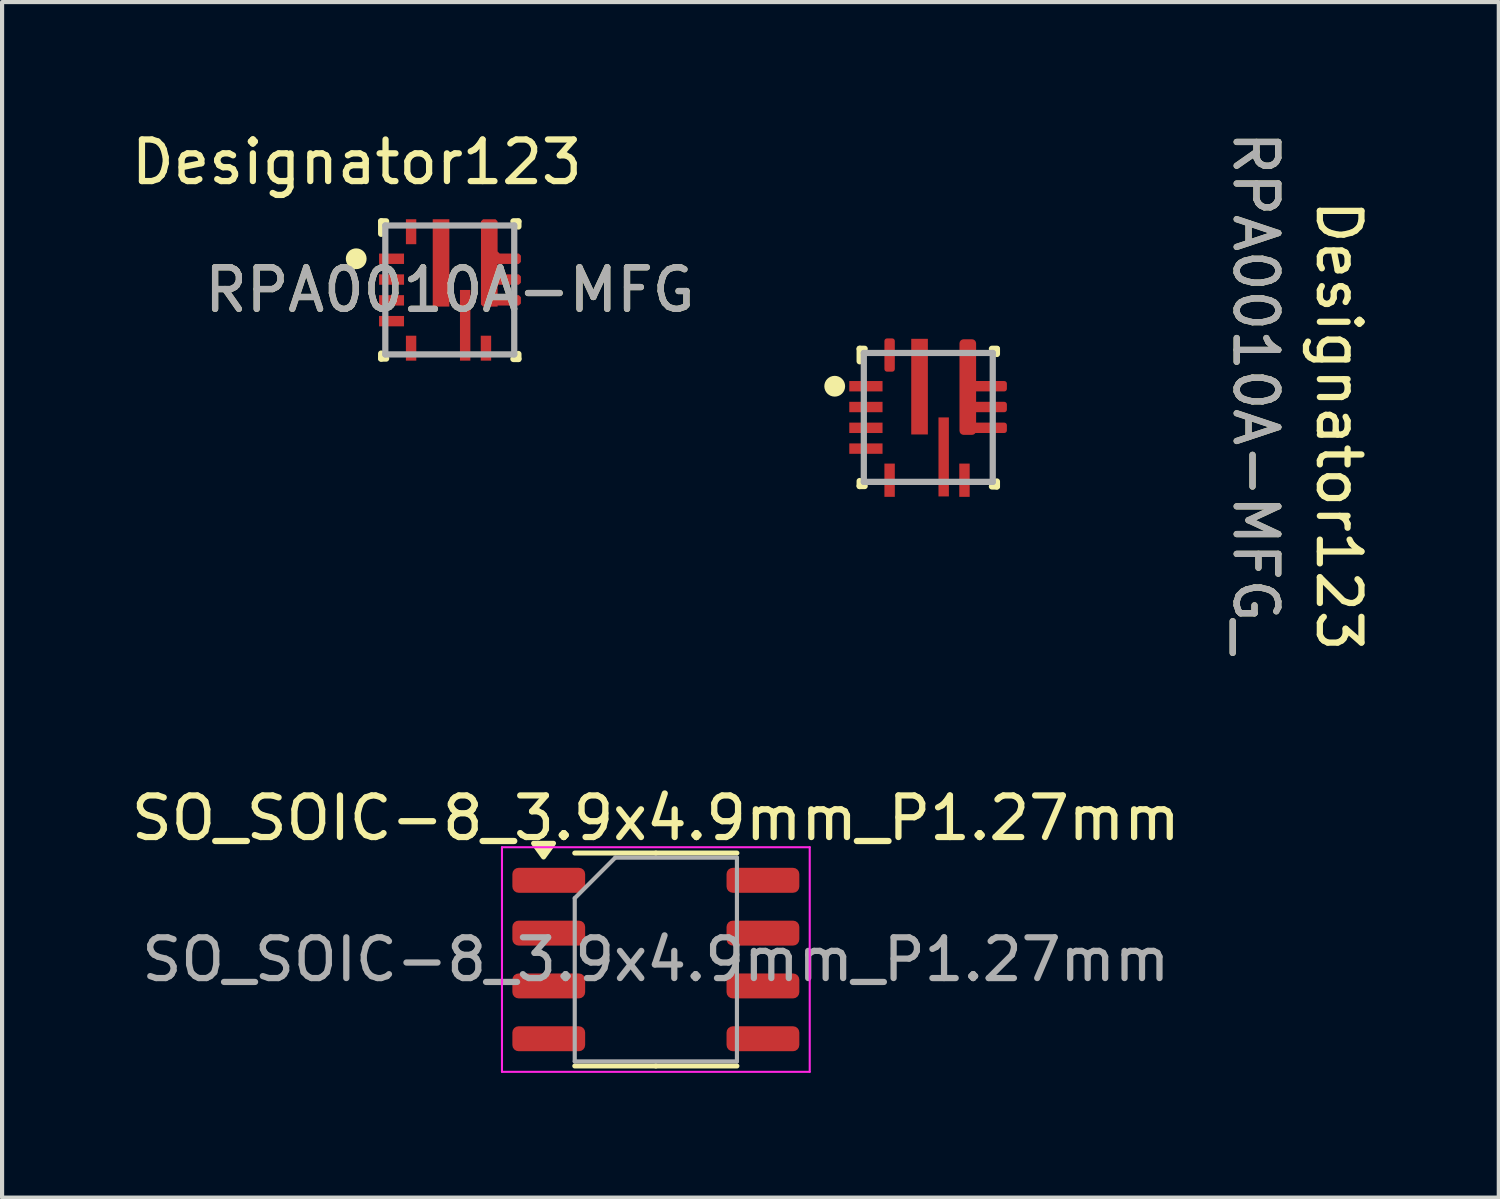
<source format=kicad_pcb>
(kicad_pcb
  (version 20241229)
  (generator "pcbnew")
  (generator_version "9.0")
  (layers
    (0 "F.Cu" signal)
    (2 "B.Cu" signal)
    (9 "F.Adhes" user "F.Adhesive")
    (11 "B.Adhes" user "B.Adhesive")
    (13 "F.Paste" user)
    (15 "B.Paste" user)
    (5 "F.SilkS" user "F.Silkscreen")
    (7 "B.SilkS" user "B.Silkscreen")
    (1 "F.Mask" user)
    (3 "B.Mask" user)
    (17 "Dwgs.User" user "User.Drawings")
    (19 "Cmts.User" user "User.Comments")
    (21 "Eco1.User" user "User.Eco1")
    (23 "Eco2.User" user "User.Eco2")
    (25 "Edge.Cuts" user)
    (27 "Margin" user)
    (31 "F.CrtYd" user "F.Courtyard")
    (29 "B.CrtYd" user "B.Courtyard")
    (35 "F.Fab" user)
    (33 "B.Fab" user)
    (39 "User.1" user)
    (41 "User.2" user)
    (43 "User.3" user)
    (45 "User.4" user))
  (footprint "SO_SOIC-8_3.9x4.9mm_P1.27mm"
    (layer "F.Cu")
    (at 12.72 20.022)
    (property "Reference" "SO_SOIC-8_3.9x4.9mm_P1.27mm" (at 0 -3.4 0) (layer "F.SilkS") (effects (font (size 1 1) (thickness 0.15))))
    (attr smd)
    (fp_line (start 0 -2.56) (end -1.95 -2.56) (stroke (width 0.12) (type solid)) (layer "F.SilkS"))
    (fp_line (start 0 -2.56) (end 1.95 -2.56) (stroke (width 0.12) (type solid)) (layer "F.SilkS"))
    (fp_line (start 0 2.56) (end -1.95 2.56) (stroke (width 0.12) (type solid)) (layer "F.SilkS"))
    (fp_line (start 0 2.56) (end 1.95 2.56) (stroke (width 0.12) (type solid)) (layer "F.SilkS"))
    (fp_poly (pts (xy -2.7 -2.465) (xy -2.94 -2.795) (xy -2.46 -2.795) (xy -2.7 -2.465)) (stroke (width 0.12) (type solid)) (fill yes) (layer "F.SilkS"))
    (fp_line (start -3.7 -2.7) (end -3.7 2.7) (stroke (width 0.05) (type solid)) (layer "F.CrtYd"))
    (fp_line (start -3.7 2.7) (end 3.7 2.7) (stroke (width 0.05) (type solid)) (layer "F.CrtYd"))
    (fp_line (start 3.7 -2.7) (end -3.7 -2.7) (stroke (width 0.05) (type solid)) (layer "F.CrtYd"))
    (fp_line (start 3.7 2.7) (end 3.7 -2.7) (stroke (width 0.05) (type solid)) (layer "F.CrtYd"))
    (fp_line (start -1.95 -1.475) (end -0.975 -2.45) (stroke (width 0.1) (type solid)) (layer "F.Fab"))
    (fp_line (start -1.95 2.45) (end -1.95 -1.475) (stroke (width 0.1) (type solid)) (layer "F.Fab"))
    (fp_line (start -0.975 -2.45) (end 1.95 -2.45) (stroke (width 0.1) (type solid)) (layer "F.Fab"))
    (fp_line (start 1.95 -2.45) (end 1.95 2.45) (stroke (width 0.1) (type solid)) (layer "F.Fab"))
    (fp_line (start 1.95 2.45) (end -1.95 2.45) (stroke (width 0.1) (type solid)) (layer "F.Fab"))
    (fp_text user "${REFERENCE}" (at 0 0 0) (layer "F.Fab") (effects (font (size 0.98 0.98) (thickness 0.15))))
    (pad "1" smd roundrect (at -2.575 -1.905) (size 1.75 0.6) (layers "F.Cu" "F.Mask" "F.Paste") (roundrect_rratio 0.25))
    (pad "2" smd roundrect (at -2.575 -0.635) (size 1.75 0.6) (layers "F.Cu" "F.Mask" "F.Paste") (roundrect_rratio 0.25))
    (pad "3" smd roundrect (at -2.575 0.635) (size 1.75 0.6) (layers "F.Cu" "F.Mask" "F.Paste") (roundrect_rratio 0.25))
    (pad "4" smd roundrect (at -2.575 1.905) (size 1.75 0.6) (layers "F.Cu" "F.Mask" "F.Paste") (roundrect_rratio 0.25))
    (pad "5" smd roundrect (at 2.575 1.905) (size 1.75 0.6) (layers "F.Cu" "F.Mask" "F.Paste") (roundrect_rratio 0.25))
    (pad "6" smd roundrect (at 2.575 0.635) (size 1.75 0.6) (layers "F.Cu" "F.Mask" "F.Paste") (roundrect_rratio 0.25))
    (pad "7" smd roundrect (at 2.575 -0.635) (size 1.75 0.6) (layers "F.Cu" "F.Mask" "F.Paste") (roundrect_rratio 0.25))
    (pad "8" smd roundrect (at 2.575 -1.905) (size 1.75 0.6) (layers "F.Cu" "F.Mask" "F.Paste") (roundrect_rratio 0.25)))
  (footprint "RPA0010A-MFG_"
    (layer "F.Cu")
    (at 19.271 6.987)
    (property "Reference" "RPA0010A-MFG_" (at 7.87 -0.6 270) (unlocked yes) (layer "F.SilkS") (effects (font (size 1 1) (thickness 0.15))))
    (attr smd)
    (fp_line (start -1.65 -1.65) (end -1.53 -1.65) (stroke (width 0.15) (type solid)) (layer "F.SilkS"))
    (fp_line (start -1.65 -1.35) (end -1.65 -1.65) (stroke (width 0.15) (type solid)) (layer "F.SilkS"))
    (fp_line (start -1.65 1.65) (end -1.65 1.53) (stroke (width 0.15) (type solid)) (layer "F.SilkS"))
    (fp_line (start -1.65 1.65) (end -1.53 1.65) (stroke (width 0.15) (type solid)) (layer "F.SilkS"))
    (fp_line (start 1.53 -1.65) (end 1.65 -1.65) (stroke (width 0.15) (type solid)) (layer "F.SilkS"))
    (fp_line (start 1.53 1.66) (end 1.65 1.66) (stroke (width 0.15) (type solid)) (layer "F.SilkS"))
    (fp_line (start 1.65 -1.525) (end 1.65 -1.645) (stroke (width 0.15) (type solid)) (layer "F.SilkS"))
    (fp_line (start 1.65 1.66) (end 1.65 1.54) (stroke (width 0.15) (type solid)) (layer "F.SilkS"))
    (fp_circle (center -2.25 -0.75) (end -2.125 -0.75) (stroke (width 0.25) (type solid)) (fill no) (layer "F.SilkS"))
    (fp_line (start -1.55 -1.55) (end 1.55 -1.55) (stroke (width 0.15) (type solid)) (layer "F.Fab"))
    (fp_line (start -1.55 1.55) (end -1.55 -1.55) (stroke (width 0.15) (type solid)) (layer "F.Fab"))
    (fp_line (start -1.55 1.55) (end 1.55 1.55) (stroke (width 0.15) (type solid)) (layer "F.Fab"))
    (fp_line (start 1.55 1.55) (end 1.55 -1.55) (stroke (width 0.15) (type solid)) (layer "F.Fab"))
    (fp_text user "Designator123" (at 9.87 0.2 270) (unlocked yes) (layer "F.SilkS") (effects (font (size 1 1) (thickness 0.15))))
    (fp_text user "${REFERENCE}" (at 7.87 -0.6 270) (unlocked yes) (layer "F.Fab") (effects (font (size 1 1) (thickness 0.15))))
    (pad "1" smd rect (at -1.5 -0.75) (size 0.8 0.25) (layers "F.Cu" "F.Mask" "F.Paste"))
    (pad "2" smd rect (at -1.5 -0.25) (size 0.8 0.25) (layers "F.Cu" "F.Mask" "F.Paste"))
    (pad "3" smd rect (at -1.5 0.25) (size 0.8 0.25) (layers "F.Cu" "F.Mask" "F.Paste"))
    (pad "4" smd rect (at -1.5 0.75) (size 0.8 0.25) (layers "F.Cu" "F.Mask" "F.Paste"))
    (pad "5" smd rect (at -0.93 1.51 90) (size 0.8 0.25) (layers "F.Cu" "F.Mask" "F.Paste"))
    (pad "6" smd rect (at 0.37 0.95) (size 0.25 1.9) (layers "F.Cu" "F.Mask" "F.Paste"))
    (pad "7" smd rect (at 0.87 1.51 90) (size 0.8 0.25) (layers "F.Cu" "F.Mask" "F.Paste"))
    (pad "8" smd roundrect (at 0.95 -0.73 180) (size 0.4 2.3) (layers "F.Cu" "F.Mask" "F.Paste") (roundrect_rratio 0.25))
    (pad "8" smd roundrect (at 1.44 -0.75 180) (size 0.9 0.25) (layers "F.Cu" "F.Mask" "F.Paste") (roundrect_rratio 0.25))
    (pad "8" smd roundrect (at 1.44 -0.25 180) (size 0.9 0.25) (layers "F.Cu" "F.Mask" "F.Paste") (roundrect_rratio 0.25))
    (pad "8" smd roundrect (at 1.44 0.25 180) (size 0.9 0.25) (layers "F.Cu" "F.Mask" "F.Paste") (roundrect_rratio 0.25))
    (pad "9" smd rect (at -0.21 -0.74) (size 0.4 2.3) (layers "F.Cu" "F.Mask" "F.Paste"))
    (pad "10" smd roundrect (at -0.93 -1.5 90) (size 0.8 0.25) (layers "F.Cu" "F.Mask" "F.Paste") (roundrect_rratio 0.25)))
  (footprint "RPA0010A-MFG"
    (layer "F.Cu")
    (at 7.765 3.922)
    (property "Reference" "RPA0010A-MFG" (at 0 0 0) (unlocked yes) (layer "F.SilkS") (effects (font (size 1 1) (thickness 0.15))))
    (attr smd)
    (fp_poly (pts (xy 0.8 -1.7) (xy 0.75 -1.65) (xy 0.75 0.35) (xy 0.8 0.4) (xy 1.15 0.4) (xy 1.15 0.375) (xy 1.66 0.375) (xy 1.71 0.325) (xy 1.71 0.175) (xy 1.66 0.125) (xy 1.15 0.125) (xy 1.15 -0.125) (xy 1.66 -0.125) (xy 1.71 -0.175) (xy 1.71 -0.325) (xy 1.66 -0.375) (xy 1.15 -0.375) (xy 1.15 -0.625) (xy 1.66 -0.625) (xy 1.71 -0.675) (xy 1.71 -0.825) (xy 1.66 -0.875) (xy 1.2 -0.875) (xy 1.15 -0.925) (xy 1.15 -1.65) (xy 1.1 -1.7)) (stroke (width 0) (type solid)) (fill yes) (layer "F.Cu"))
    (fp_poly (pts (xy 0.8 -1.7) (xy 0.75 -1.65) (xy 0.75 0.35) (xy 0.8 0.4) (xy 1.15 0.4) (xy 1.15 0.375) (xy 1.66 0.375) (xy 1.71 0.325) (xy 1.71 0.175) (xy 1.66 0.125) (xy 1.15 0.125) (xy 1.15 -0.125) (xy 1.66 -0.125) (xy 1.71 -0.175) (xy 1.71 -0.325) (xy 1.66 -0.375) (xy 1.15 -0.375) (xy 1.15 -0.625) (xy 1.66 -0.625) (xy 1.71 -0.675) (xy 1.71 -0.825) (xy 1.66 -0.875) (xy 1.2 -0.875) (xy 1.15 -0.925) (xy 1.15 -1.65) (xy 1.1 -1.7)) (stroke (width 0) (type solid)) (fill yes) (layer "F.Mask"))
    (fp_line (start -1.65 -1.65) (end -1.53 -1.65) (stroke (width 0.15) (type solid)) (layer "F.SilkS"))
    (fp_line (start -1.65 -1.35) (end -1.65 -1.65) (stroke (width 0.15) (type solid)) (layer "F.SilkS"))
    (fp_line (start -1.65 1.65) (end -1.65 1.53) (stroke (width 0.15) (type solid)) (layer "F.SilkS"))
    (fp_line (start -1.65 1.65) (end -1.53 1.65) (stroke (width 0.15) (type solid)) (layer "F.SilkS"))
    (fp_line (start 1.53 -1.65) (end 1.65 -1.65) (stroke (width 0.15) (type solid)) (layer "F.SilkS"))
    (fp_line (start 1.53 1.66) (end 1.65 1.66) (stroke (width 0.15) (type solid)) (layer "F.SilkS"))
    (fp_line (start 1.65 -1.525) (end 1.65 -1.645) (stroke (width 0.15) (type solid)) (layer "F.SilkS"))
    (fp_line (start 1.65 1.66) (end 1.65 1.54) (stroke (width 0.15) (type solid)) (layer "F.SilkS"))
    (fp_circle (center -2.25 -0.75) (end -2.125 -0.75) (stroke (width 0.25) (type solid)) (fill no) (layer "F.SilkS"))
    (fp_poly (pts (xy -0.41 0.345) (xy -0.41 -0.505) (xy -0.36 -0.555) (xy -0.06 -0.555) (xy -0.01 -0.505) (xy -0.01 0.345) (xy -0.06 0.395) (xy -0.36 0.395)) (stroke (width 0) (type solid)) (fill yes) (layer "F.Paste"))
    (fp_poly (pts (xy -0.36 -1.705) (xy -0.06 -1.705) (xy -0.01 -1.655) (xy -0.01 -0.805) (xy -0.06 -0.755) (xy -0.36 -0.755) (xy -0.41 -0.805) (xy -0.41 -1.655)) (stroke (width 0) (type solid)) (fill yes) (layer "F.Paste"))
    (fp_poly (pts (xy 0.245 1.655) (xy 0.245 1.005) (xy 0.295 0.955) (xy 0.445 0.955) (xy 0.495 1.005) (xy 0.495 1.655) (xy 0.445 1.705) (xy 0.295 1.705)) (stroke (width 0) (type solid)) (fill yes) (layer "F.Paste"))
    (fp_poly (pts (xy 0.445 0.005) (xy 0.495 0.055) (xy 0.495 0.705) (xy 0.445 0.755) (xy 0.295 0.755) (xy 0.245 0.705) (xy 0.245 0.055) (xy 0.295 0.005)) (stroke (width 0) (type solid)) (fill yes) (layer "F.Paste"))
    (fp_poly (pts (xy 0.8 -1.7) (xy 0.75 -1.65) (xy 0.75 0.35) (xy 0.8 0.4) (xy 1.15 0.4) (xy 1.15 0.375) (xy 1.66 0.375) (xy 1.71 0.325) (xy 1.71 0.175) (xy 1.66 0.125) (xy 1.15 0.125) (xy 1.15 -0.125) (xy 1.66 -0.125) (xy 1.71 -0.175) (xy 1.71 -0.325) (xy 1.66 -0.375) (xy 1.15 -0.375) (xy 1.15 -0.625) (xy 1.66 -0.625) (xy 1.71 -0.675) (xy 1.71 -0.825) (xy 1.66 -0.875) (xy 1.2 -0.875) (xy 1.15 -0.925) (xy 1.15 -1.65) (xy 1.1 -1.7)) (stroke (width 0) (type solid)) (fill yes) (layer "F.Paste"))
    (fp_line (start -1.55 -1.55) (end 1.55 -1.55) (stroke (width 0.15) (type solid)) (layer "F.Fab"))
    (fp_line (start -1.55 1.55) (end -1.55 -1.55) (stroke (width 0.15) (type solid)) (layer "F.Fab"))
    (fp_line (start -1.55 1.55) (end 1.55 1.55) (stroke (width 0.15) (type solid)) (layer "F.Fab"))
    (fp_line (start 1.55 1.55) (end 1.55 -1.55) (stroke (width 0.15) (type solid)) (layer "F.Fab"))
    (fp_text user "Designator123" (at -2.235 -3.073 0) (unlocked yes) (layer "F.SilkS") (effects (font (size 1 1) (thickness 0.15))))
    (fp_text user "${REFERENCE}" (at 0 0 0) (unlocked yes) (layer "F.Fab") (effects (font (size 1 1) (thickness 0.15))))
    (pad "1" smd rect (at -1.4 -0.75) (size 0.6 0.25) (layers "F.Cu" "F.Mask" "F.Paste"))
    (pad "2" smd rect (at -1.4 -0.25) (size 0.6 0.25) (layers "F.Cu" "F.Mask" "F.Paste"))
    (pad "3" smd rect (at -1.4 0.25) (size 0.6 0.25) (layers "F.Cu" "F.Mask" "F.Paste"))
    (pad "4" smd rect (at -1.4 0.75) (size 0.6 0.25) (layers "F.Cu" "F.Mask" "F.Paste"))
    (pad "5" smd rect (at -0.93 1.4 90) (size 0.6 0.25) (layers "F.Cu" "F.Mask" "F.Paste"))
    (pad "6" smd rect (at 0.37 0.85) (size 0.25 1.7) (layers "F.Cu" "F.Mask"))
    (pad "7" smd rect (at 0.87 1.4 90) (size 0.6 0.25) (layers "F.Cu" "F.Mask" "F.Paste"))
    (pad "8" smd circle (at 0.99 -0.8) (size 0.35 0.35) (layers "F.Cu" "F.Mask" "F.Paste"))
    (pad "9" smd rect (at -0.21 -0.65) (size 0.4 2.1) (layers "F.Cu" "F.Mask"))
    (pad "10" smd rect (at -0.93 -1.4 90) (size 0.6 0.25) (layers "F.Cu" "F.Mask" "F.Paste")))
  (gr_rect
    (start -3 -3)
    (end 32.989 25.747)
    (stroke (width 0.1) (type default))
    (fill no)
    (layer "Edge.Cuts")))
</source>
